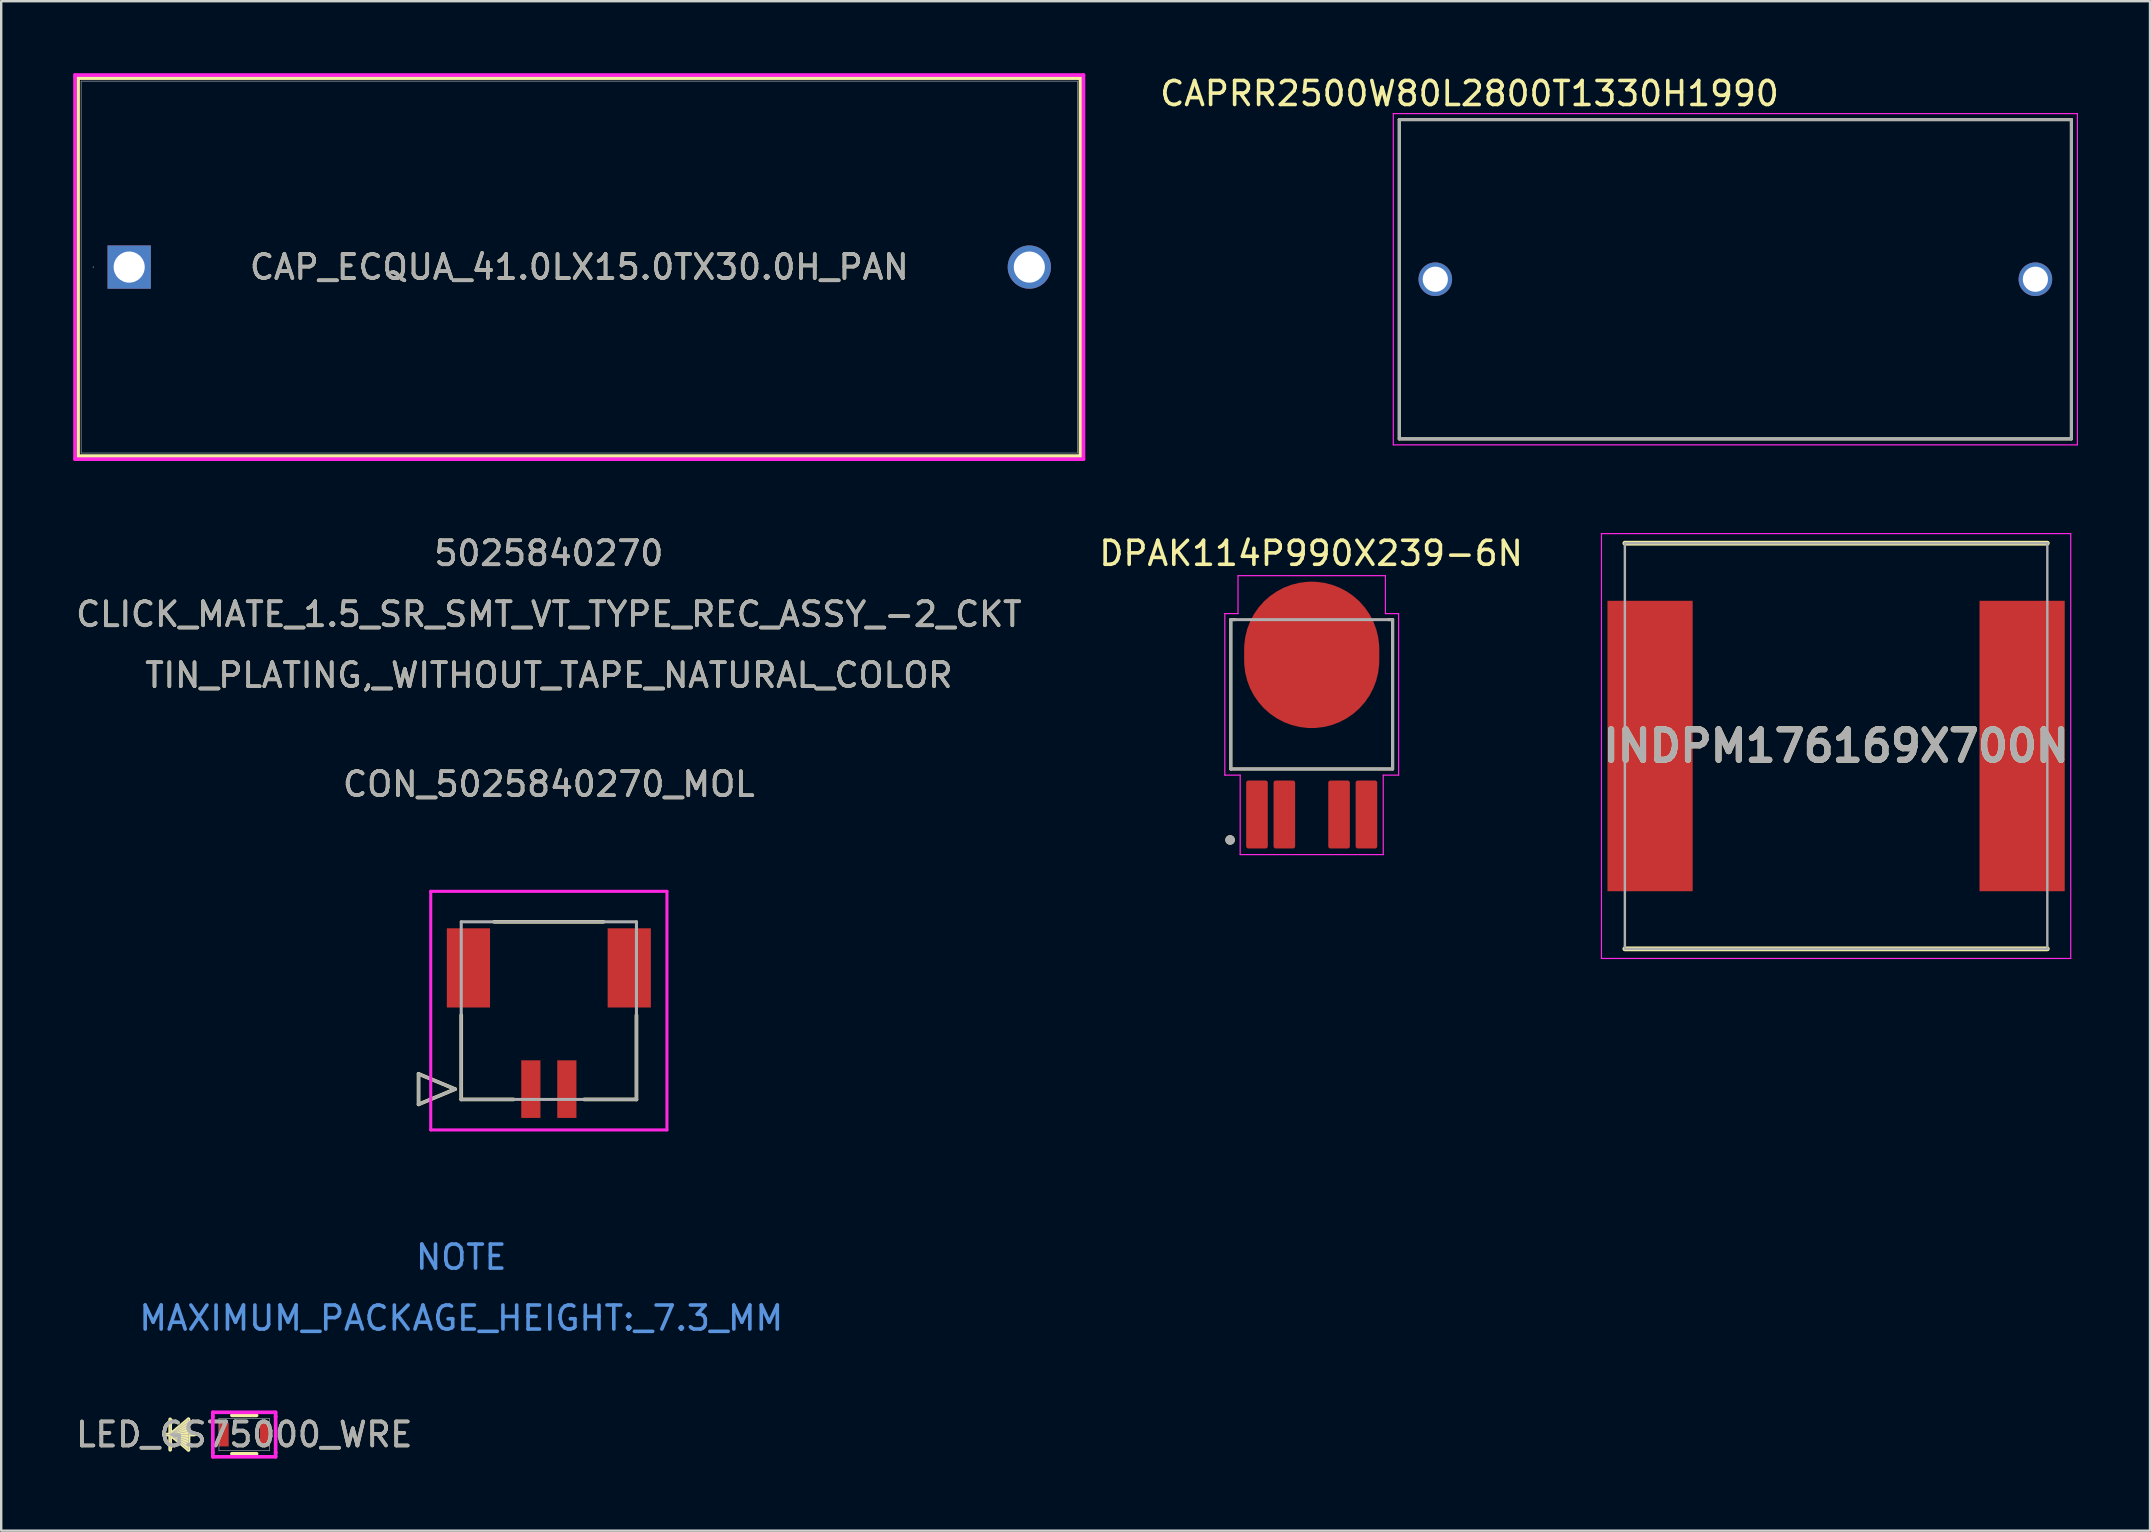
<source format=kicad_pcb>
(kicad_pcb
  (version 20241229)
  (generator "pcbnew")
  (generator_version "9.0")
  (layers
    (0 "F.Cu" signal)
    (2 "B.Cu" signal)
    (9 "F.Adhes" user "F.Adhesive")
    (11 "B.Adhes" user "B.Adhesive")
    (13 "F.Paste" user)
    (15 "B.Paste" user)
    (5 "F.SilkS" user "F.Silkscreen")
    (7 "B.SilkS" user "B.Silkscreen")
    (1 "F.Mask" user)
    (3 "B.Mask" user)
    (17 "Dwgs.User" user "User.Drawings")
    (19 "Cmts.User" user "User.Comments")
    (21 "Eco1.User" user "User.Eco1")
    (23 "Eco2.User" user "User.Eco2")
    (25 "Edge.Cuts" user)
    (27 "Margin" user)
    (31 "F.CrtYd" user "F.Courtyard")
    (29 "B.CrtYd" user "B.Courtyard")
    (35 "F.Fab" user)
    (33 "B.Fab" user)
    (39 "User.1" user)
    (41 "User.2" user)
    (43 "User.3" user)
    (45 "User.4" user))
  (footprint "INDPM176169X700N"
    (layer "F.Cu")
    (at 73.442 28.029)
    (property "Reference" "INDPM176169X700N" (at 0 0 0) (layer "F.SilkS") (effects (font (size 1.27 1.27) (thickness 0.254))))
    (attr smd)
    (fp_line (start -8.8 8.45) (end 8.8 8.45) (stroke (width 0.2) (type solid)) (layer "F.SilkS"))
    (fp_line (start 8.8 -8.45) (end -8.8 -8.45) (stroke (width 0.2) (type solid)) (layer "F.SilkS"))
    (fp_line (start -9.775 -8.85) (end 9.775 -8.85) (stroke (width 0.05) (type solid)) (layer "F.CrtYd"))
    (fp_line (start -9.775 8.85) (end -9.775 -8.85) (stroke (width 0.05) (type solid)) (layer "F.CrtYd"))
    (fp_line (start 9.775 -8.85) (end 9.775 8.85) (stroke (width 0.05) (type solid)) (layer "F.CrtYd"))
    (fp_line (start 9.775 8.85) (end -9.775 8.85) (stroke (width 0.05) (type solid)) (layer "F.CrtYd"))
    (fp_line (start -8.8 -8.45) (end 8.8 -8.45) (stroke (width 0.1) (type solid)) (layer "F.Fab"))
    (fp_line (start -8.8 8.45) (end -8.8 -8.45) (stroke (width 0.1) (type solid)) (layer "F.Fab"))
    (fp_line (start 8.8 -8.45) (end 8.8 8.45) (stroke (width 0.1) (type solid)) (layer "F.Fab"))
    (fp_line (start 8.8 8.45) (end -8.8 8.45) (stroke (width 0.1) (type solid)) (layer "F.Fab"))
    (fp_text user "${REFERENCE}" (at 0 0 0) (layer "F.Fab") (effects (font (size 1.27 1.27) (thickness 0.254))))
    (pad "1" smd rect (at -7.75 0) (size 3.55 12.1) (layers "F.Cu" "F.Mask" "F.Paste"))
    (pad "2" smd rect (at 7.75 0) (size 3.55 12.1) (layers "F.Cu" "F.Mask" "F.Paste")))
  (footprint "CON_5025840270_MOL"
    (layer "F.Cu")
    (at 19.065 42.323)
    (property "Reference" "CON_5025840270_MOL" (at 0.75 -12.7 0) (unlocked yes) (layer "F.SilkS") (effects (font (size 1 1) (thickness 0.15))))
    (attr smd)
    (fp_line (start -4.678 -0.635) (end -4.678 0.635) (stroke (width 0.152) (type solid)) (layer "F.SilkS"))
    (fp_line (start -4.678 0.635) (end -3.154 0) (stroke (width 0.152) (type solid)) (layer "F.SilkS"))
    (fp_line (start -3.154 0) (end -4.678 -0.635) (stroke (width 0.152) (type solid)) (layer "F.SilkS"))
    (fp_line (start -2.9 -3.08) (end -2.9 0.43) (stroke (width 0.152) (type solid)) (layer "F.SilkS"))
    (fp_line (start -2.9 0.43) (end -0.72 0.43) (stroke (width 0.152) (type solid)) (layer "F.SilkS"))
    (fp_line (start 2.22 0.43) (end 4.4 0.43) (stroke (width 0.152) (type solid)) (layer "F.SilkS"))
    (fp_line (start 3.028 -6.97) (end -1.528 -6.97) (stroke (width 0.152) (type solid)) (layer "F.SilkS"))
    (fp_line (start 4.4 0.43) (end 4.4 -3.08) (stroke (width 0.152) (type solid)) (layer "F.SilkS"))
    (fp_line (start -4.17 -8.24) (end -4.17 1.7) (stroke (width 0.127) (type solid)) (layer "F.CrtYd"))
    (fp_line (start -4.17 1.7) (end 5.67 1.7) (stroke (width 0.127) (type solid)) (layer "F.CrtYd"))
    (fp_line (start 5.67 -8.24) (end -4.17 -8.24) (stroke (width 0.127) (type solid)) (layer "F.CrtYd"))
    (fp_line (start 5.67 1.7) (end 5.67 -8.24) (stroke (width 0.127) (type solid)) (layer "F.CrtYd"))
    (fp_line (start -4.678 -0.635) (end -4.678 0.635) (stroke (width 0.127) (type solid)) (layer "F.Fab"))
    (fp_line (start -4.678 0.635) (end -3.154 0) (stroke (width 0.127) (type solid)) (layer "F.Fab"))
    (fp_line (start -3.154 0) (end -4.678 -0.635) (stroke (width 0.127) (type solid)) (layer "F.Fab"))
    (fp_line (start -2.9 -6.97) (end -2.9 0.43) (stroke (width 0.127) (type solid)) (layer "F.Fab"))
    (fp_line (start -2.9 0.43) (end 4.4 0.43) (stroke (width 0.127) (type solid)) (layer "F.Fab"))
    (fp_line (start 4.4 -6.97) (end -2.9 -6.97) (stroke (width 0.127) (type solid)) (layer "F.Fab"))
    (fp_line (start 4.4 0.43) (end 4.4 -6.97) (stroke (width 0.127) (type solid)) (layer "F.Fab"))
    (fp_text user "5025840270" (at 0.75 -22.32 0) (unlocked yes) (layer "F.SilkS") (effects (font (size 1 1) (thickness 0.15))))
    (fp_text user "CLICK_MATE_1.5_SR_SMT_VT_TYPE_REC_ASSY_-2_CKT" (at 0.75 -19.78 0) (unlocked yes) (layer "F.SilkS") (effects (font (size 1 1) (thickness 0.15))))
    (fp_text user "TIN_PLATING,_WITHOUT_TAPE_NATURAL_COLOR" (at 0.75 -17.24 0) (unlocked yes) (layer "F.SilkS") (effects (font (size 1 1) (thickness 0.15))))
    (fp_text user "MAXIMUM_PACKAGE_HEIGHT:_7.3_MM" (at -2.9 9.54 0) (unlocked yes) (layer "Cmts.User") (effects (font (size 1 1) (thickness 0.15))))
    (fp_text user "NOTE" (at -2.9 7 0) (unlocked yes) (layer "Cmts.User") (effects (font (size 1 1) (thickness 0.15))))
    (fp_text user "${REFERENCE}" (at 0.75 -12.7 0) (unlocked yes) (layer "F.Fab") (effects (font (size 1 1) (thickness 0.15))))
    (fp_text user "TIN_PLATING,_WITHOUT_TAPE_NATURAL_COLOR" (at 0.75 -17.24 0) (unlocked yes) (layer "F.Fab") (effects (font (size 1 1) (thickness 0.15))))
    (fp_text user "CLICK_MATE_1.5_SR_SMT_VT_TYPE_REC_ASSY_-2_CKT" (at 0.75 -19.78 0) (unlocked yes) (layer "F.Fab") (effects (font (size 1 1) (thickness 0.15))))
    (fp_text user "5025840270" (at 0.75 -22.32 0) (unlocked yes) (layer "F.Fab") (effects (font (size 1 1) (thickness 0.15))))
    (pad "1" smd rect (at 0 0) (size 0.8 2.4) (layers "F.Cu" "F.Mask" "F.Paste"))
    (pad "2" smd rect (at 1.5 0) (size 0.8 2.4) (layers "F.Cu" "F.Mask" "F.Paste"))
    (pad "3" smd rect (at -2.6 -5.05) (size 1.8 3.3) (layers "F.Cu" "F.Mask" "F.Paste"))
    (pad "4" smd rect (at 4.1 -5.05) (size 1.8 3.3) (layers "F.Cu" "F.Mask" "F.Paste")))
  (footprint "LED_GS75000_WRE"
    (layer "F.Cu")
    (at 7.125 56.714)
    (property "Reference" "LED_GS75000_WRE" (at 0 0 0) (unlocked yes) (layer "F.SilkS") (effects (font (size 1 1) (thickness 0.15))))
    (attr smd)
    (fp_line (start -3.086 -0.635) (end -3.086 0.635) (stroke (width 0.152) (type solid)) (layer "F.SilkS"))
    (fp_line (start -3.086 0) (end -2.324 -0.635) (stroke (width 0.152) (type solid)) (layer "F.SilkS"))
    (fp_line (start -3.086 0) (end -2.324 -0.508) (stroke (width 0.152) (type solid)) (layer "F.SilkS"))
    (fp_line (start -3.086 0) (end -2.324 -0.381) (stroke (width 0.152) (type solid)) (layer "F.SilkS"))
    (fp_line (start -3.086 0) (end -2.324 -0.254) (stroke (width 0.152) (type solid)) (layer "F.SilkS"))
    (fp_line (start -3.086 0) (end -2.324 -0.127) (stroke (width 0.152) (type solid)) (layer "F.SilkS"))
    (fp_line (start -3.086 0) (end -2.324 0.127) (stroke (width 0.152) (type solid)) (layer "F.SilkS"))
    (fp_line (start -3.086 0) (end -2.324 0.254) (stroke (width 0.152) (type solid)) (layer "F.SilkS"))
    (fp_line (start -3.086 0) (end -2.324 0.381) (stroke (width 0.152) (type solid)) (layer "F.SilkS"))
    (fp_line (start -3.086 0) (end -2.324 0.508) (stroke (width 0.152) (type solid)) (layer "F.SilkS"))
    (fp_line (start -3.086 0) (end -2.324 0.635) (stroke (width 0.152) (type solid)) (layer "F.SilkS"))
    (fp_line (start -2.324 -0.635) (end -2.324 0.635) (stroke (width 0.152) (type solid)) (layer "F.SilkS"))
    (fp_line (start -2.07 0) (end -3.34 0) (stroke (width 0.152) (type solid)) (layer "F.SilkS"))
    (fp_line (start -0.514 0.8) (end 0.514 0.8) (stroke (width 0.152) (type solid)) (layer "F.SilkS"))
    (fp_line (start 0.514 -0.8) (end -0.514 -0.8) (stroke (width 0.152) (type solid)) (layer "F.SilkS"))
    (fp_line (start -1.308 -0.927) (end 1.308 -0.927) (stroke (width 0.152) (type solid)) (layer "F.CrtYd"))
    (fp_line (start -1.308 -0.749) (end -1.308 -0.927) (stroke (width 0.152) (type solid)) (layer "F.CrtYd"))
    (fp_line (start -1.308 -0.749) (end -1.308 -0.749) (stroke (width 0.152) (type solid)) (layer "F.CrtYd"))
    (fp_line (start -1.308 0.749) (end -1.308 -0.749) (stroke (width 0.152) (type solid)) (layer "F.CrtYd"))
    (fp_line (start -1.308 0.749) (end -1.308 0.749) (stroke (width 0.152) (type solid)) (layer "F.CrtYd"))
    (fp_line (start -1.308 0.927) (end -1.308 0.749) (stroke (width 0.152) (type solid)) (layer "F.CrtYd"))
    (fp_line (start 1.308 -0.927) (end 1.308 -0.749) (stroke (width 0.152) (type solid)) (layer "F.CrtYd"))
    (fp_line (start 1.308 -0.749) (end 1.308 -0.749) (stroke (width 0.152) (type solid)) (layer "F.CrtYd"))
    (fp_line (start 1.308 -0.749) (end 1.308 0.749) (stroke (width 0.152) (type solid)) (layer "F.CrtYd"))
    (fp_line (start 1.308 0.749) (end 1.308 0.749) (stroke (width 0.152) (type solid)) (layer "F.CrtYd"))
    (fp_line (start 1.308 0.749) (end 1.308 0.927) (stroke (width 0.152) (type solid)) (layer "F.CrtYd"))
    (fp_line (start 1.308 0.927) (end -1.308 0.927) (stroke (width 0.152) (type solid)) (layer "F.CrtYd"))
    (fp_line (start -3.086 -0.635) (end -3.086 0.635) (stroke (width 0.025) (type solid)) (layer "F.Fab"))
    (fp_line (start -3.086 0) (end -2.324 -0.635) (stroke (width 0.025) (type solid)) (layer "F.Fab"))
    (fp_line (start -3.086 0) (end -2.324 -0.508) (stroke (width 0.025) (type solid)) (layer "F.Fab"))
    (fp_line (start -3.086 0) (end -2.324 -0.381) (stroke (width 0.025) (type solid)) (layer "F.Fab"))
    (fp_line (start -3.086 0) (end -2.324 -0.254) (stroke (width 0.025) (type solid)) (layer "F.Fab"))
    (fp_line (start -3.086 0) (end -2.324 -0.127) (stroke (width 0.025) (type solid)) (layer "F.Fab"))
    (fp_line (start -3.086 0) (end -2.324 0.127) (stroke (width 0.025) (type solid)) (layer "F.Fab"))
    (fp_line (start -3.086 0) (end -2.324 0.254) (stroke (width 0.025) (type solid)) (layer "F.Fab"))
    (fp_line (start -3.086 0) (end -2.324 0.381) (stroke (width 0.025) (type solid)) (layer "F.Fab"))
    (fp_line (start -3.086 0) (end -2.324 0.508) (stroke (width 0.025) (type solid)) (layer "F.Fab"))
    (fp_line (start -3.086 0) (end -2.324 0.635) (stroke (width 0.025) (type solid)) (layer "F.Fab"))
    (fp_line (start -2.324 -0.635) (end -2.324 0.635) (stroke (width 0.025) (type solid)) (layer "F.Fab"))
    (fp_line (start -2.07 0) (end -3.34 0) (stroke (width 0.025) (type solid)) (layer "F.Fab"))
    (fp_line (start -1.054 -0.673) (end -1.054 0.673) (stroke (width 0.025) (type solid)) (layer "F.Fab"))
    (fp_line (start -1.054 0.673) (end 1.054 0.673) (stroke (width 0.025) (type solid)) (layer "F.Fab"))
    (fp_line (start 1.054 -0.673) (end -1.054 -0.673) (stroke (width 0.025) (type solid)) (layer "F.Fab"))
    (fp_line (start 1.054 0.673) (end 1.054 -0.673) (stroke (width 0.025) (type solid)) (layer "F.Fab"))
    (fp_text user "${REFERENCE}" (at 0 0 0) (unlocked yes) (layer "F.Fab") (effects (font (size 1 1) (thickness 0.15))))
    (pad "1" smd rect (at -0.851 0) (size 0.406 0.991) (layers "F.Cu" "F.Mask" "F.Paste"))
    (pad "2" smd rect (at 0.851 0) (size 0.406 0.991) (layers "F.Cu" "F.Mask" "F.Paste"))
    (zone (net_name "") (layer "F.Cu") (hatch full 0.508) (connect_pads) (min_thickness 0.254) (filled_areas_thickness no) (keepout (tracks not_allowed) (vias not_allowed) (pads allowed) (copperpour not_allowed) (footprints allowed)) (placement (enabled no)) (fill) (polygon (pts (xy 6.528 56.092) (xy 7.722 56.092) (xy 7.722 57.336) (xy 6.528 57.336)))))
  (footprint "DPAK114P990X239-6N"
    (layer "F.Cu")
    (at 51.596 26.742)
    (property "Reference" "DPAK114P990X239-6N" (at -0.025 -6.739 0) (layer "F.SilkS") (effects (font (size 1.001 1.001) (thickness 0.15))))
    (attr smd)
    (fp_line (start -3.37 -3.978) (end -3.37 2.243) (stroke (width 0.127) (type solid)) (layer "F.SilkS"))
    (fp_line (start -3.37 2.243) (end 3.37 2.243) (stroke (width 0.127) (type solid)) (layer "F.SilkS"))
    (fp_line (start -3.2 -3.978) (end -3.37 -3.978) (stroke (width 0.127) (type solid)) (layer "F.SilkS"))
    (fp_line (start 3.37 -3.978) (end 3.2 -3.978) (stroke (width 0.127) (type solid)) (layer "F.SilkS"))
    (fp_line (start 3.37 2.243) (end 3.37 -3.978) (stroke (width 0.127) (type solid)) (layer "F.SilkS"))
    (fp_circle (center -3.4 5.2) (end -3.3 5.2) (stroke (width 0.2) (type solid)) (fill no) (layer "F.SilkS"))
    (fp_poly (pts (xy -1.78 -4.44) (xy 1.78 -4.44) (xy 1.78 -0.58) (xy -1.78 -0.58)) (stroke (width 0.01) (type solid)) (fill yes) (layer "F.Paste"))
    (fp_line (start -3.62 -4.23) (end -3.07 -4.23) (stroke (width 0.05) (type solid)) (layer "F.CrtYd"))
    (fp_line (start -3.62 2.5) (end -3.62 -4.23) (stroke (width 0.05) (type solid)) (layer "F.CrtYd"))
    (fp_line (start -3.07 -5.81) (end 3.07 -5.81) (stroke (width 0.05) (type solid)) (layer "F.CrtYd"))
    (fp_line (start -3.07 -4.23) (end -3.07 -5.81) (stroke (width 0.05) (type solid)) (layer "F.CrtYd"))
    (fp_line (start -2.98 2.5) (end -3.62 2.5) (stroke (width 0.05) (type solid)) (layer "F.CrtYd"))
    (fp_line (start -2.98 2.5) (end -2.98 5.81) (stroke (width 0.05) (type solid)) (layer "F.CrtYd"))
    (fp_line (start -2.98 5.81) (end 2.98 5.81) (stroke (width 0.05) (type solid)) (layer "F.CrtYd"))
    (fp_line (start 2.98 2.5) (end 2.98 5.81) (stroke (width 0.05) (type solid)) (layer "F.CrtYd"))
    (fp_line (start 2.98 2.5) (end 3.62 2.5) (stroke (width 0.05) (type solid)) (layer "F.CrtYd"))
    (fp_line (start 3.07 -4.23) (end 3.07 -5.81) (stroke (width 0.05) (type solid)) (layer "F.CrtYd"))
    (fp_line (start 3.62 -4.23) (end 3.07 -4.23) (stroke (width 0.05) (type solid)) (layer "F.CrtYd"))
    (fp_line (start 3.62 2.5) (end 3.62 -4.23) (stroke (width 0.05) (type solid)) (layer "F.CrtYd"))
    (fp_line (start -3.37 -3.978) (end 3.37 -3.978) (stroke (width 0.127) (type solid)) (layer "F.Fab"))
    (fp_line (start -3.37 2.243) (end -3.37 -3.978) (stroke (width 0.127) (type solid)) (layer "F.Fab"))
    (fp_line (start 3.37 -3.978) (end 3.37 2.243) (stroke (width 0.127) (type solid)) (layer "F.Fab"))
    (fp_line (start 3.37 2.243) (end -3.37 2.243) (stroke (width 0.127) (type solid)) (layer "F.Fab"))
    (fp_circle (center -3.4 5.2) (end -3.3 5.2) (stroke (width 0.2) (type solid)) (fill no) (layer "F.Fab"))
    (pad "1" smd roundrect (at -2.28 4.14 90) (size 2.83 0.9) (layers "F.Cu" "F.Mask" "F.Paste") (roundrect_rratio 0.1))
    (pad "2" smd roundrect (at -1.14 4.14 90) (size 2.83 0.9) (layers "F.Cu" "F.Mask" "F.Paste") (roundrect_rratio 0.1))
    (pad "3" smd roundrect (at 0 -2.51) (size 5.63 6.1) (layers "F.Cu" "F.Mask") (roundrect_rratio 0.5))
    (pad "4" smd roundrect (at 1.14 4.14 90) (size 2.83 0.9) (layers "F.Cu" "F.Mask" "F.Paste") (roundrect_rratio 0.1))
    (pad "5" smd roundrect (at 2.28 4.14 90) (size 2.83 0.9) (layers "F.Cu" "F.Mask" "F.Paste") (roundrect_rratio 0.1)))
  (footprint "CAPRR2500W80L2800T1330H1990"
    (layer "F.Cu")
    (at 69.245 8.583)
    (property "Reference" "CAPRR2500W80L2800T1330H1990" (at -11.075 -7.735 0) (layer "F.SilkS") (effects (font (size 1 1) (thickness 0.15))))
    (attr through_hole)
    (fp_line (start -14 -6.65) (end -14 6.65) (stroke (width 0.127) (type solid)) (layer "F.SilkS"))
    (fp_line (start -14 -6.65) (end 14 -6.65) (stroke (width 0.127) (type solid)) (layer "F.SilkS"))
    (fp_line (start -14 6.65) (end 14 6.65) (stroke (width 0.127) (type solid)) (layer "F.SilkS"))
    (fp_line (start 14 -6.65) (end 14 6.65) (stroke (width 0.127) (type solid)) (layer "F.SilkS"))
    (fp_line (start -14.25 -6.9) (end -14.25 6.9) (stroke (width 0.05) (type solid)) (layer "F.CrtYd"))
    (fp_line (start -14.25 -6.9) (end 14.25 -6.9) (stroke (width 0.05) (type solid)) (layer "F.CrtYd"))
    (fp_line (start 14.25 -6.9) (end 14.25 6.9) (stroke (width 0.05) (type solid)) (layer "F.CrtYd"))
    (fp_line (start 14.25 6.9) (end -14.25 6.9) (stroke (width 0.05) (type solid)) (layer "F.CrtYd"))
    (fp_line (start -14 -6.65) (end -14 6.65) (stroke (width 0.127) (type solid)) (layer "F.Fab"))
    (fp_line (start -14 -6.65) (end 14 -6.65) (stroke (width 0.127) (type solid)) (layer "F.Fab"))
    (fp_line (start 14 -6.65) (end 14 6.65) (stroke (width 0.127) (type solid)) (layer "F.Fab"))
    (fp_line (start 14 6.65) (end -14 6.65) (stroke (width 0.127) (type solid)) (layer "F.Fab"))
    (pad "1" thru_hole circle (at -12.5 0) (size 1.4 1.4) (drill 1.05) (layers "*.Cu" "*.Mask"))
    (pad "2" thru_hole circle (at 12.5 0) (size 1.4 1.4) (drill 1.05) (layers "*.Cu" "*.Mask")))
  (footprint "CAP_ECQUA_41.0LX15.0TX30.0H_PAN"
    (layer "F.Cu")
    (at 2.332 8.077)
    (property "Reference" "CAP_ECQUA_41.0LX15.0TX30.0H_PAN" (at 18.75 0 0) (unlocked yes) (layer "F.SilkS") (effects (font (size 1 1) (thickness 0.15))))
    (attr through_hole)
    (fp_line (start -2.129 -7.874) (end -2.129 7.874) (stroke (width 0.152) (type solid)) (layer "F.SilkS"))
    (fp_line (start 39.629 -7.874) (end -2.129 -7.874) (stroke (width 0.152) (type solid)) (layer "F.SilkS"))
    (fp_line (start 39.629 -7.874) (end 39.629 7.874) (stroke (width 0.152) (type solid)) (layer "F.SilkS"))
    (fp_line (start 39.629 7.874) (end -2.129 7.874) (stroke (width 0.152) (type solid)) (layer "F.SilkS"))
    (fp_line (start -2.256 -8.001) (end 39.756 -8.001) (stroke (width 0.152) (type solid)) (layer "F.CrtYd"))
    (fp_line (start -2.256 8.001) (end -2.256 -8.001) (stroke (width 0.152) (type solid)) (layer "F.CrtYd"))
    (fp_line (start 39.756 -8.001) (end 39.756 8.001) (stroke (width 0.152) (type solid)) (layer "F.CrtYd"))
    (fp_line (start 39.756 8.001) (end -2.256 8.001) (stroke (width 0.152) (type solid)) (layer "F.CrtYd"))
    (fp_line (start -2.002 -7.747) (end -2.002 7.747) (stroke (width 0.025) (type solid)) (layer "F.Fab"))
    (fp_line (start 39.502 -7.747) (end -2.002 -7.747) (stroke (width 0.025) (type solid)) (layer "F.Fab"))
    (fp_line (start 39.502 -7.747) (end 39.502 7.747) (stroke (width 0.025) (type solid)) (layer "F.Fab"))
    (fp_line (start 39.502 7.747) (end -2.002 7.747) (stroke (width 0.025) (type solid)) (layer "F.Fab"))
    (fp_circle (center -1.494 0) (end -1.494 0) (stroke (width 0.025) (type solid)) (fill no) (layer "F.Fab"))
    (fp_text user "${REFERENCE}" (at 18.75 0 0) (unlocked yes) (layer "F.Fab") (effects (font (size 1 1) (thickness 0.15))))
    (pad "1" thru_hole rect (at 0 0) (size 1.803 1.803) (drill 1.295) (layers "*.Cu" "*.Mask"))
    (pad "2" thru_hole circle (at 37.5 0) (size 1.803 1.803) (drill 1.295) (layers "*.Cu" "*.Mask")))
  (gr_rect
    (start -3 -3)
    (end 86.52 60.717)
    (stroke (width 0.1) (type default))
    (fill no)
    (layer "Edge.Cuts")))
</source>
